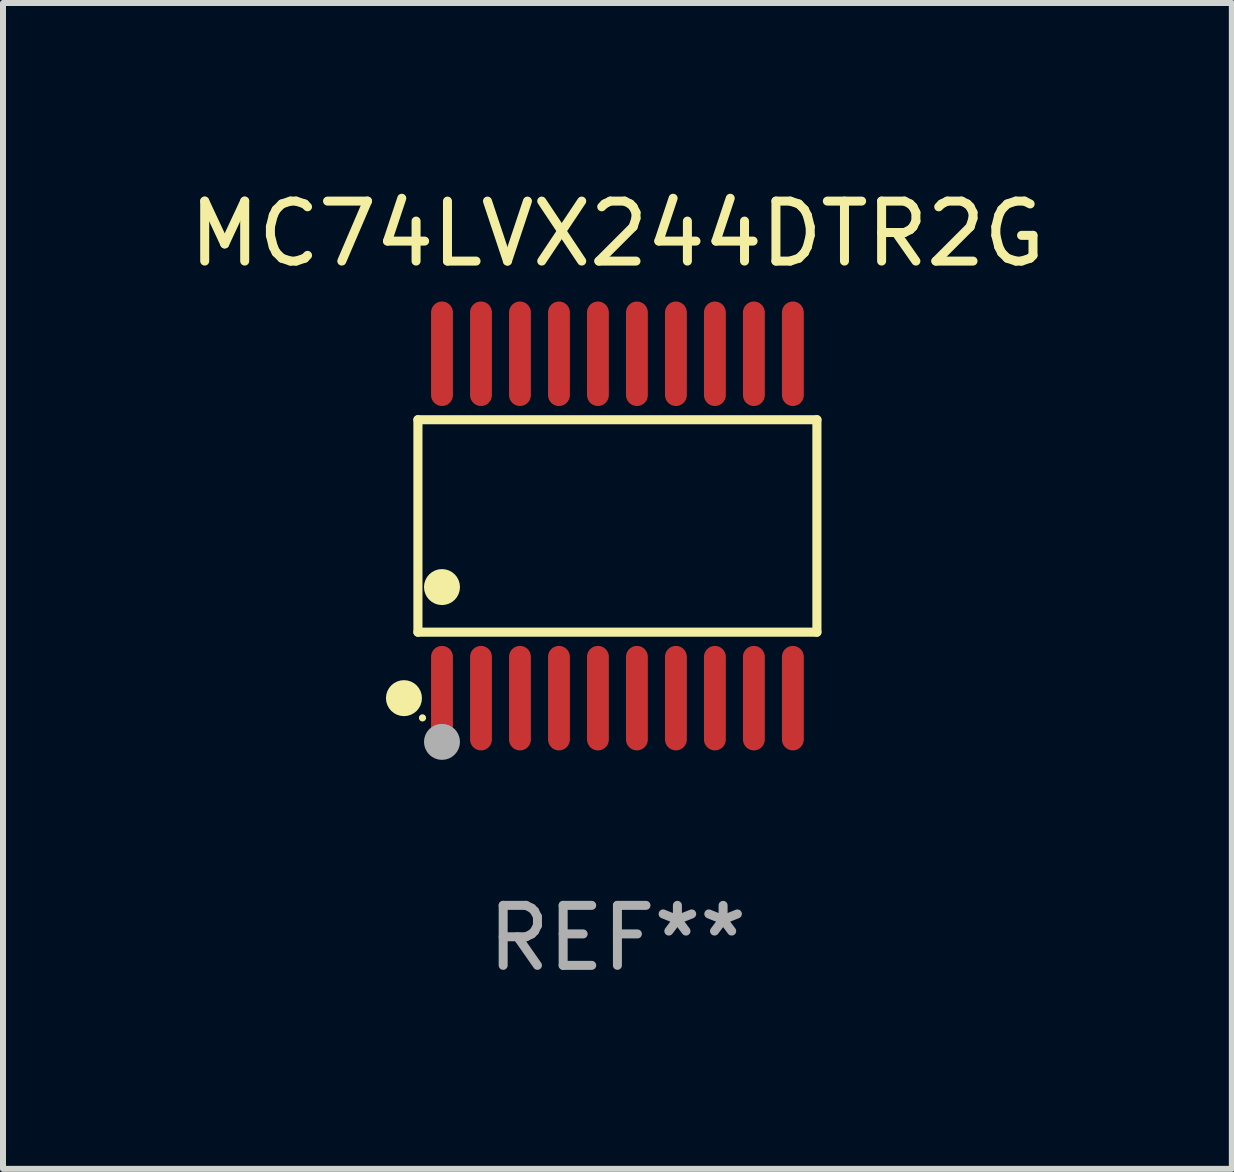
<source format=kicad_pcb>
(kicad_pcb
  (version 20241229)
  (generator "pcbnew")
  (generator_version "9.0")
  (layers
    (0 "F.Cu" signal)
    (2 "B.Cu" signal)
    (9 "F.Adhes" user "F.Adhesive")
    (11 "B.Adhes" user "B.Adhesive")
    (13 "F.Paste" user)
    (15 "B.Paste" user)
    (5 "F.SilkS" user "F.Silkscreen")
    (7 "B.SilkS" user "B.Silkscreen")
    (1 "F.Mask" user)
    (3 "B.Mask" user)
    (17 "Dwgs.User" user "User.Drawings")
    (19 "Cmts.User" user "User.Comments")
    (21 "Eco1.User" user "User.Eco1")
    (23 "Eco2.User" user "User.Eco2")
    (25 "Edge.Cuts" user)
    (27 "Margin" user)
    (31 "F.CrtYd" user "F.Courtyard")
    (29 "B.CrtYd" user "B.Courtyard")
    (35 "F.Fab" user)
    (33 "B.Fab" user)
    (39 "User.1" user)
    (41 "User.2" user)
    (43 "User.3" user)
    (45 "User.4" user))
  (footprint "MC74LVX244DTR2G"
    (layer "F.Cu")
    (at 7.244 5.719)
    (property "Reference" "MC74LVX244DTR2G" (at 0 -4.871 0) (layer "F.SilkS") (effects (font (size 1 1) (thickness 0.15))))
    (attr through_hole)
    (fp_line (start -3.326 -1.771) (end 3.326 -1.771) (stroke (width 0.152) (type solid)) (layer "F.SilkS"))
    (fp_line (start -3.326 1.771) (end -3.326 -1.771) (stroke (width 0.152) (type solid)) (layer "F.SilkS"))
    (fp_line (start 3.326 -1.771) (end 3.326 1.771) (stroke (width 0.152) (type solid)) (layer "F.SilkS"))
    (fp_line (start 3.326 1.771) (end -3.326 1.771) (stroke (width 0.152) (type solid)) (layer "F.SilkS"))
    (fp_circle (center -3.559 2.871) (end -3.409 2.871) (stroke (width 0.3) (type solid)) (fill no) (layer "F.SilkS"))
    (fp_circle (center -3.25 3.2) (end -3.22 3.2) (stroke (width 0.06) (type solid)) (fill no) (layer "F.SilkS"))
    (fp_circle (center -2.925 1.019) (end -2.775 1.019) (stroke (width 0.3) (type solid)) (fill no) (layer "F.SilkS"))
    (fp_circle (center -2.925 3.6) (end -2.775 3.6) (stroke (width 0.3) (type solid)) (fill no) (layer "F.Fab"))
    (fp_text user "REF**" (at 0 6.871 0) (layer "F.Fab") (effects (font (size 1 1) (thickness 0.15))))
    (pad "1" smd oval (at -2.925 2.871) (size 0.364 1.742) (layers "F.Cu" "F.Mask" "F.Paste"))
    (pad "2" smd oval (at -2.275 2.871) (size 0.364 1.742) (layers "F.Cu" "F.Mask" "F.Paste"))
    (pad "3" smd oval (at -1.625 2.871) (size 0.364 1.742) (layers "F.Cu" "F.Mask" "F.Paste"))
    (pad "4" smd oval (at -0.975 2.871) (size 0.364 1.742) (layers "F.Cu" "F.Mask" "F.Paste"))
    (pad "5" smd oval (at -0.325 2.871) (size 0.364 1.742) (layers "F.Cu" "F.Mask" "F.Paste"))
    (pad "6" smd oval (at 0.325 2.871) (size 0.364 1.742) (layers "F.Cu" "F.Mask" "F.Paste"))
    (pad "7" smd oval (at 0.975 2.871) (size 0.364 1.742) (layers "F.Cu" "F.Mask" "F.Paste"))
    (pad "8" smd oval (at 1.625 2.871) (size 0.364 1.742) (layers "F.Cu" "F.Mask" "F.Paste"))
    (pad "9" smd oval (at 2.275 2.871) (size 0.364 1.742) (layers "F.Cu" "F.Mask" "F.Paste"))
    (pad "10" smd oval (at 2.925 2.871) (size 0.364 1.742) (layers "F.Cu" "F.Mask" "F.Paste"))
    (pad "11" smd oval (at 2.925 -2.871) (size 0.364 1.742) (layers "F.Cu" "F.Mask" "F.Paste"))
    (pad "12" smd oval (at 2.275 -2.871) (size 0.364 1.742) (layers "F.Cu" "F.Mask" "F.Paste"))
    (pad "13" smd oval (at 1.625 -2.871) (size 0.364 1.742) (layers "F.Cu" "F.Mask" "F.Paste"))
    (pad "14" smd oval (at 0.975 -2.871) (size 0.364 1.742) (layers "F.Cu" "F.Mask" "F.Paste"))
    (pad "15" smd oval (at 0.325 -2.871) (size 0.364 1.742) (layers "F.Cu" "F.Mask" "F.Paste"))
    (pad "16" smd oval (at -0.325 -2.871) (size 0.364 1.742) (layers "F.Cu" "F.Mask" "F.Paste"))
    (pad "17" smd oval (at -0.975 -2.871) (size 0.364 1.742) (layers "F.Cu" "F.Mask" "F.Paste"))
    (pad "18" smd oval (at -1.625 -2.871) (size 0.364 1.742) (layers "F.Cu" "F.Mask" "F.Paste"))
    (pad "19" smd oval (at -2.275 -2.871) (size 0.364 1.742) (layers "F.Cu" "F.Mask" "F.Paste"))
    (pad "20" smd oval (at -2.925 -2.871) (size 0.364 1.742) (layers "F.Cu" "F.Mask" "F.Paste")))
  (gr_rect
    (start -3 -3)
    (end 17.488 16.438)
    (stroke (width 0.1) (type default))
    (fill no)
    (layer "Edge.Cuts")))
</source>
